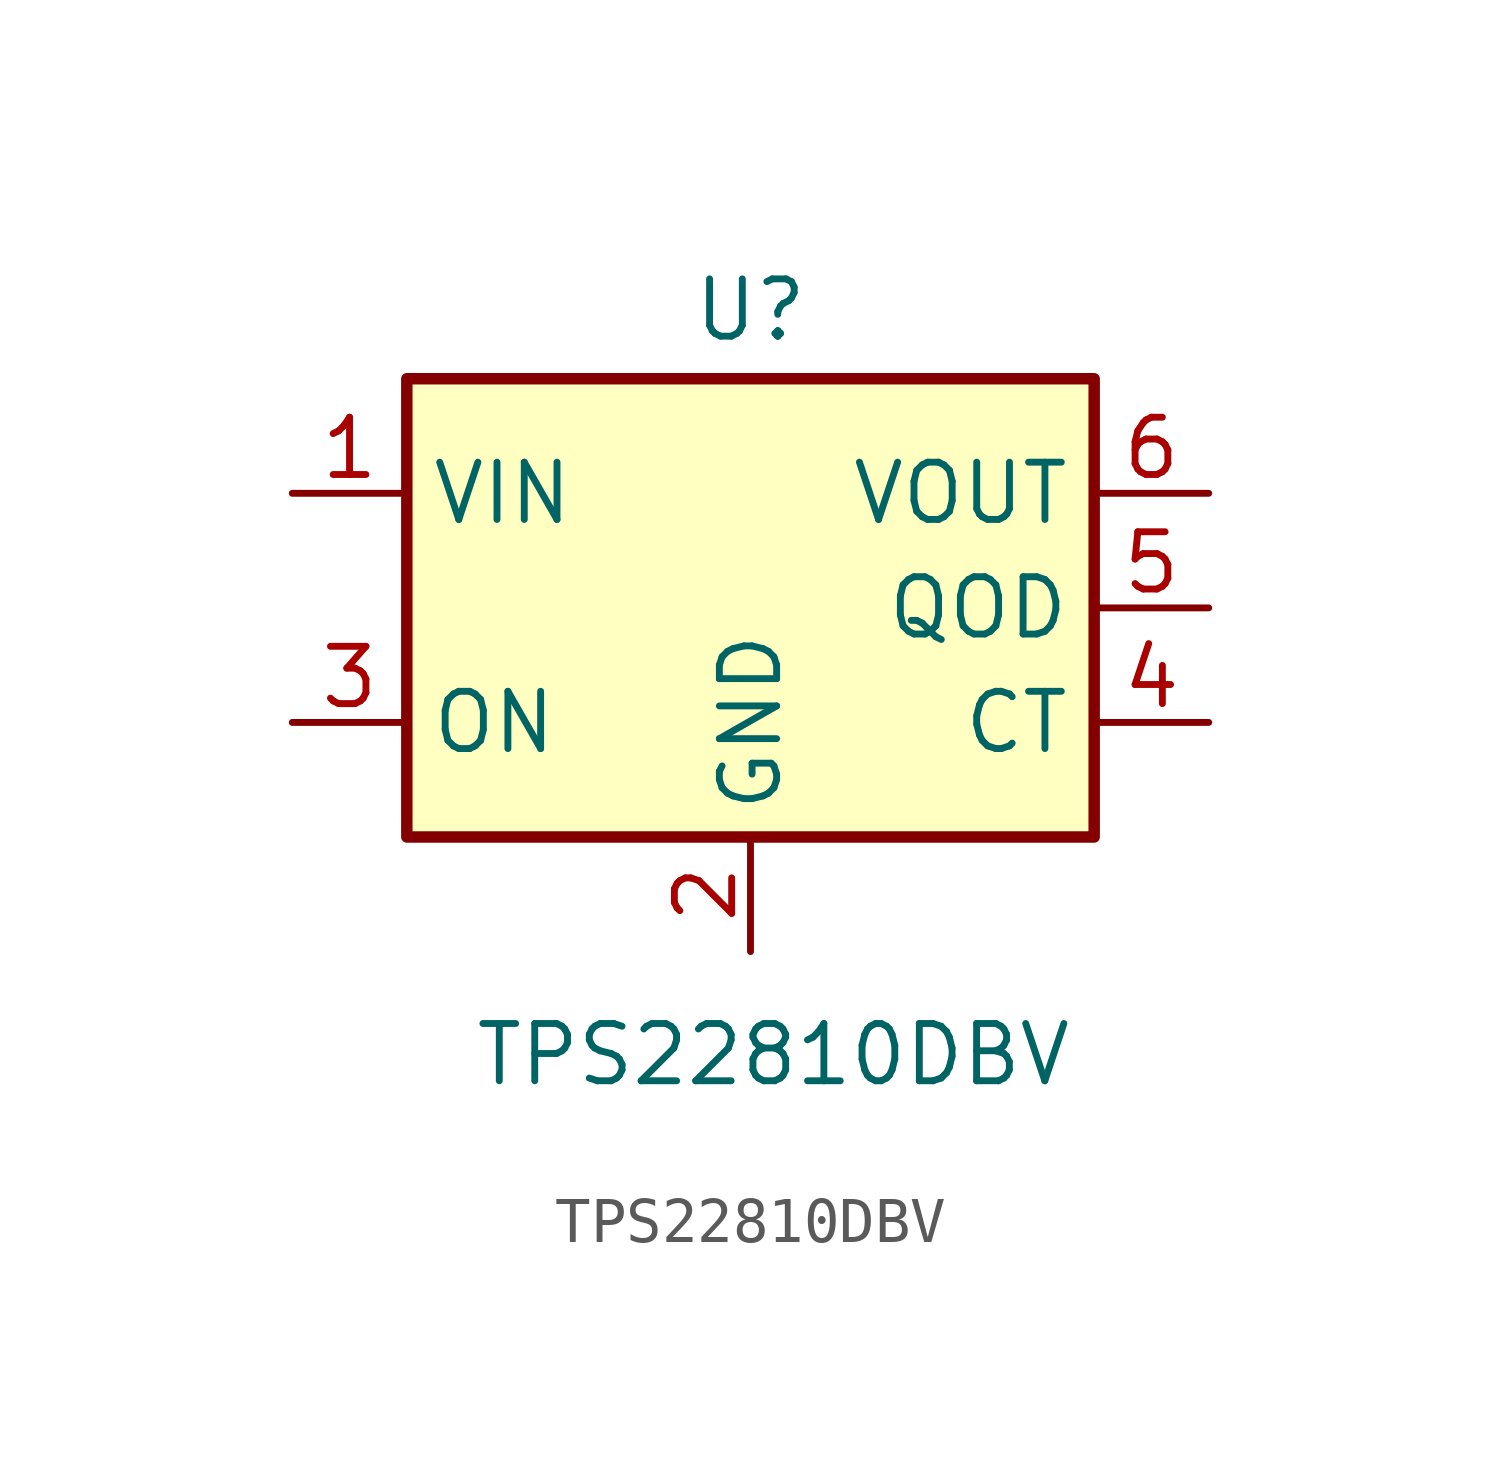
<source format=kicad_sym>
(kicad_symbol_lib
  (version 20231120)
  (generator "kicad_symbol_editor")
  (generator_version "8.0")
  (symbol "TPS22810DBV"
    (property "Reference" "U"
      (at 0 6.604 0)
      (effects (font (size 1.27 1.27))))
    (property "Value" "TPS22810DBV"
      (at 0.508 -9.906 0)
      (effects (font (size 1.27 1.27))))
    (symbol "TPS22810DBV_0_1"
      (rectangle (start -7.62 5.08) (end 7.62 -5.08) (stroke (width 0.254) (type default)) (fill (type background))))
    (symbol "TPS22810DBV_1_1"
      (pin power_in line (at -10.16 2.54 0) (length 2.54) (name "VIN" (effects (font (size 1.27 1.27)))) (number "1" (effects (font (size 1.27 1.27)))))
      (pin power_in line (at 0 -7.62 90) (length 2.54) (name "GND" (effects (font (size 1.27 1.27)))) (number "2" (effects (font (size 1.27 1.27)))))
      (pin input line (at -10.16 -2.54 0) (length 2.54) (name "ON" (effects (font (size 1.27 1.27)))) (number "3" (effects (font (size 1.27 1.27)))))
      (pin output line (at 10.16 -2.54 180) (length 2.54) (name "CT" (effects (font (size 1.27 1.27)))) (number "4" (effects (font (size 1.27 1.27)))))
      (pin open_collector line (at 10.16 0 180) (length 2.54) (name "QOD" (effects (font (size 1.27 1.27)))) (number "5" (effects (font (size 1.27 1.27)))))
      (pin power_out line (at 10.16 2.54 180) (length 2.54) (name "VOUT" (effects (font (size 1.27 1.27)))) (number "6" (effects (font (size 1.27 1.27))))))))
</source>
